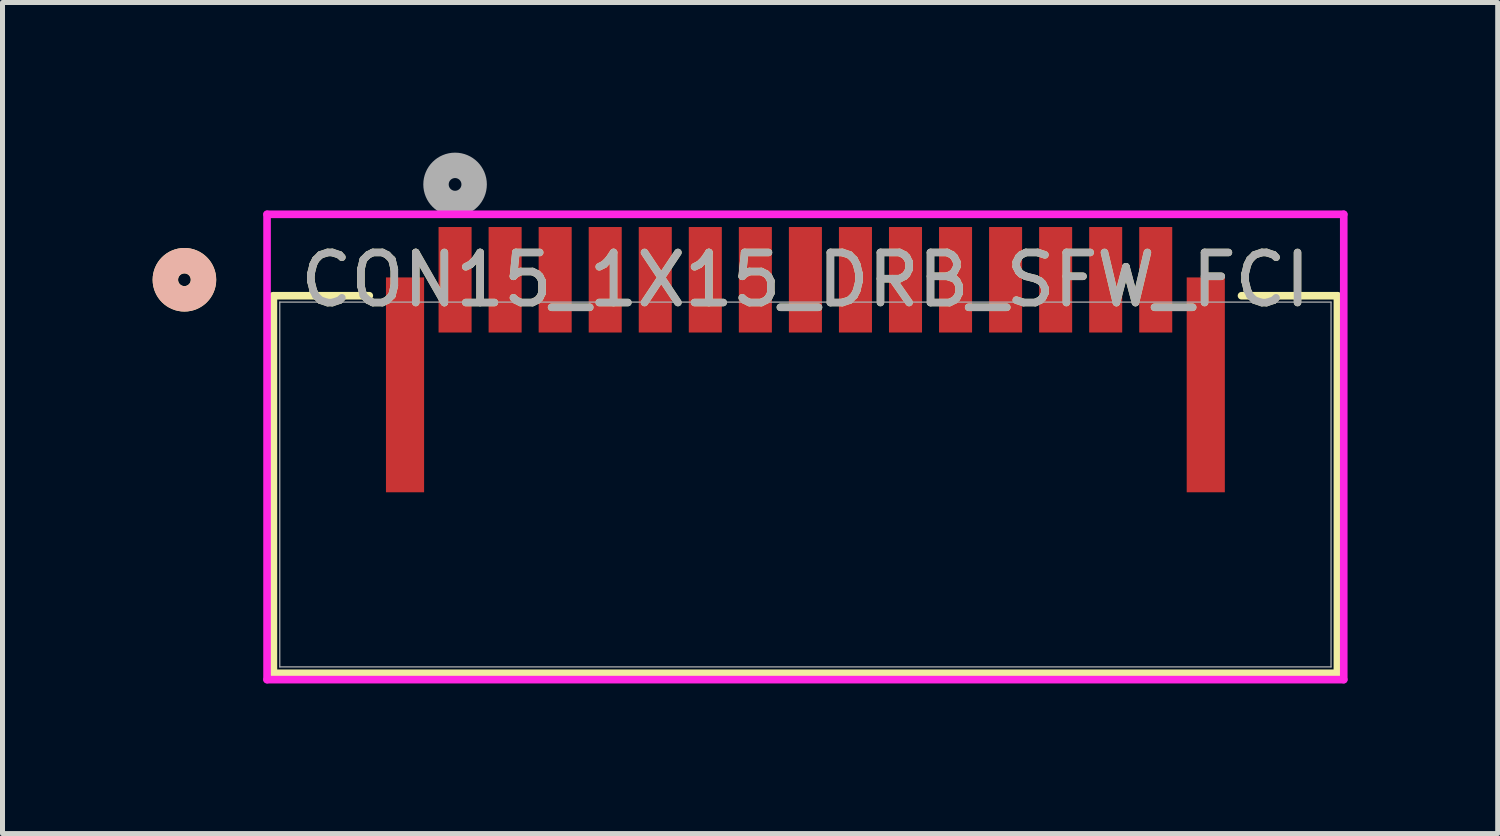
<source format=kicad_pcb>
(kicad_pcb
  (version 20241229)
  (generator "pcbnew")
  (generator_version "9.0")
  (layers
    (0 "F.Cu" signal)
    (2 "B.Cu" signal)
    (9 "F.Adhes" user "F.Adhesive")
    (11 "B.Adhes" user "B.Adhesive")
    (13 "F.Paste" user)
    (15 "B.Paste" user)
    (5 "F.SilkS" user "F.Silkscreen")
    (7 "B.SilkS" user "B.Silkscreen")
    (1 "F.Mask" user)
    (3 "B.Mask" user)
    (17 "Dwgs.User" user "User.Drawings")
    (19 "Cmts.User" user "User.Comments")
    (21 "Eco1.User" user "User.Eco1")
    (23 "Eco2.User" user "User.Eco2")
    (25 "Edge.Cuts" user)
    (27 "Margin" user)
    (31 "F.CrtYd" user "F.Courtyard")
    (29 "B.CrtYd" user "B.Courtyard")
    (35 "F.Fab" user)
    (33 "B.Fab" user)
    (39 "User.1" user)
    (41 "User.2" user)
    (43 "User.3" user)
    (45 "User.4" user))
  (footprint "CON15_1X15_DRB_SFW_FCI"
    (layer "F.Cu")
    (at 13.043 6.631)
    (property "Reference" "CON15_1X15_DRB_SFW_FCI" (at 0 -4.091 0) (unlocked yes) (layer "F.SilkS") (effects (font (size 1 1) (thickness 0.15))))
    (attr smd)
    (fp_line (start -10.63 -3.772) (end -10.63 3.772) (stroke (width 0.152) (type solid)) (layer "F.SilkS"))
    (fp_line (start -10.63 3.772) (end 10.63 3.772) (stroke (width 0.152) (type solid)) (layer "F.SilkS"))
    (fp_line (start -8.714 -3.772) (end -10.63 -3.772) (stroke (width 0.152) (type solid)) (layer "F.SilkS"))
    (fp_line (start 10.63 -3.772) (end 8.714 -3.772) (stroke (width 0.152) (type solid)) (layer "F.SilkS"))
    (fp_line (start 10.63 3.772) (end 10.63 -3.772) (stroke (width 0.152) (type solid)) (layer "F.SilkS"))
    (fp_circle (center -12.408 -4.091) (end -12.027 -4.091) (stroke (width 0.508) (type solid)) (fill no) (layer "F.SilkS"))
    (fp_circle (center -12.408 -4.091) (end -12.027 -4.091) (stroke (width 0.508) (type solid)) (fill no) (layer "B.SilkS"))
    (fp_line (start -10.757 -5.399) (end -10.757 3.899) (stroke (width 0.152) (type solid)) (layer "F.CrtYd"))
    (fp_line (start -10.757 3.899) (end 10.757 3.899) (stroke (width 0.152) (type solid)) (layer "F.CrtYd"))
    (fp_line (start 10.757 -5.399) (end -10.757 -5.399) (stroke (width 0.152) (type solid)) (layer "F.CrtYd"))
    (fp_line (start 10.757 3.899) (end 10.757 -5.399) (stroke (width 0.152) (type solid)) (layer "F.CrtYd"))
    (fp_line (start -10.503 -3.645) (end -10.503 3.645) (stroke (width 0.025) (type solid)) (layer "F.Fab"))
    (fp_line (start -10.503 3.645) (end 10.503 3.645) (stroke (width 0.025) (type solid)) (layer "F.Fab"))
    (fp_line (start 10.503 -3.645) (end -10.503 -3.645) (stroke (width 0.025) (type solid)) (layer "F.Fab"))
    (fp_line (start 10.503 3.645) (end 10.503 -3.645) (stroke (width 0.025) (type solid)) (layer "F.Fab"))
    (fp_circle (center -7 -5.996) (end -6.619 -5.996) (stroke (width 0.508) (type solid)) (fill no) (layer "F.Fab"))
    (fp_text user "${REFERENCE}" (at 0 -4.091 0) (unlocked yes) (layer "F.Fab") (effects (font (size 1 1) (thickness 0.15))))
    (pad "1" smd rect (at -7 -4.091) (size 0.66 2.108) (layers "F.Cu" "F.Mask" "F.Paste"))
    (pad "2" smd rect (at -6 -4.091) (size 0.66 2.108) (layers "F.Cu" "F.Mask" "F.Paste"))
    (pad "3" smd rect (at -5 -4.091) (size 0.66 2.108) (layers "F.Cu" "F.Mask" "F.Paste"))
    (pad "4" smd rect (at -4 -4.091) (size 0.66 2.108) (layers "F.Cu" "F.Mask" "F.Paste"))
    (pad "5" smd rect (at -3 -4.091) (size 0.66 2.108) (layers "F.Cu" "F.Mask" "F.Paste"))
    (pad "6" smd rect (at -2 -4.091) (size 0.66 2.108) (layers "F.Cu" "F.Mask" "F.Paste"))
    (pad "7" smd rect (at -1 -4.091) (size 0.66 2.108) (layers "F.Cu" "F.Mask" "F.Paste"))
    (pad "8" smd rect (at 0 -4.091) (size 0.66 2.108) (layers "F.Cu" "F.Mask" "F.Paste"))
    (pad "9" smd rect (at 1 -4.091) (size 0.66 2.108) (layers "F.Cu" "F.Mask" "F.Paste"))
    (pad "10" smd rect (at 2 -4.091) (size 0.66 2.108) (layers "F.Cu" "F.Mask" "F.Paste"))
    (pad "11" smd rect (at 3 -4.091) (size 0.66 2.108) (layers "F.Cu" "F.Mask" "F.Paste"))
    (pad "12" smd rect (at 4 -4.091) (size 0.66 2.108) (layers "F.Cu" "F.Mask" "F.Paste"))
    (pad "13" smd rect (at 5 -4.091) (size 0.66 2.108) (layers "F.Cu" "F.Mask" "F.Paste"))
    (pad "14" smd rect (at 6 -4.091) (size 0.66 2.108) (layers "F.Cu" "F.Mask" "F.Paste"))
    (pad "15" smd rect (at 7 -4.091) (size 0.66 2.108) (layers "F.Cu" "F.Mask" "F.Paste"))
    (pad "16" smd rect (at -8 -1.991) (size 0.762 4.293) (layers "F.Cu" "F.Mask" "F.Paste"))
    (pad "17" smd rect (at 8 -1.991) (size 0.762 4.293) (layers "F.Cu" "F.Mask" "F.Paste")))
  (gr_rect
    (start -3 -3)
    (end 26.876 13.606)
    (stroke (width 0.1) (type default))
    (fill no)
    (layer "Edge.Cuts")))
</source>
